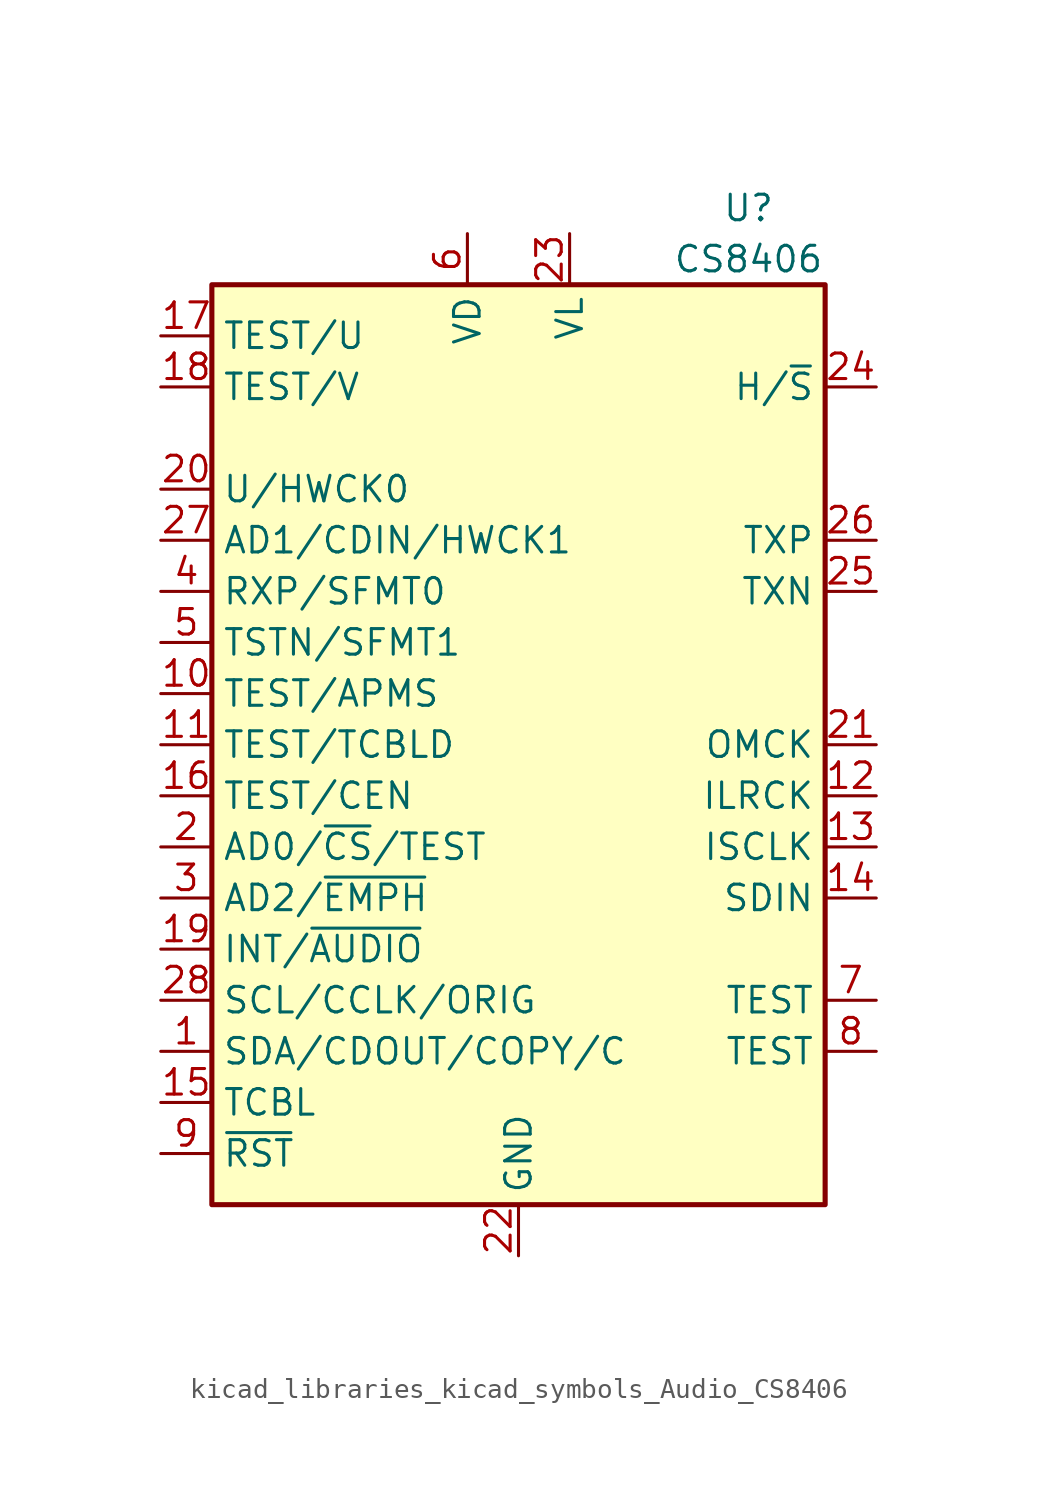
<source format=kicad_sym>
(kicad_symbol_lib
  (version 20220914)
  (generator kicad_symbol_editor)
  (symbol "kicad_libraries_kicad_symbols_Audio_CS8406"
    (property "Reference" "U"
      (at 11.43 26.67 0)
      (effects (font (size 1.27 1.27))))
    (property "Value" "CS8406"
      (at 11.43 24.13 0)
      (effects (font (size 1.27 1.27))))
    (symbol "kicad_libraries_kicad_symbols_Audio_CS8406_0_0"
      (rectangle (start -15.24 22.86) (end 15.24 -22.86) (stroke (width 0.254) (type default)) (fill (type background))))
    (symbol "kicad_libraries_kicad_symbols_Audio_CS8406_1_0"
      (pin bidirectional line (at 17.78 -2.54 180) (length 2.54) (name "ILRCK" (effects (font (size 1.27 1.27)))) (number "12" (effects (font (size 1.27 1.27)))))
      (pin bidirectional line (at 17.78 -5.08 180) (length 2.54) (name "ISCLK" (effects (font (size 1.27 1.27)))) (number "13" (effects (font (size 1.27 1.27)))))
      (pin input line (at 17.78 -7.62 180) (length 2.54) (name "SDIN" (effects (font (size 1.27 1.27)))) (number "14" (effects (font (size 1.27 1.27)))))
      (pin input line (at 17.78 0 180) (length 2.54) (name "OMCK" (effects (font (size 1.27 1.27)))) (number "21" (effects (font (size 1.27 1.27)))))
      (pin power_in line (at 0 -25.4 90) (length 2.54) (name "GND" (effects (font (size 1.27 1.27)))) (number "22" (effects (font (size 1.27 1.27)))))
      (pin power_in line (at 2.54 25.4 270) (length 2.54) (name "VL" (effects (font (size 1.27 1.27)))) (number "23" (effects (font (size 1.27 1.27)))))
      (pin input line (at 17.78 17.78 180) (length 2.54) (name "H/~{S}" (effects (font (size 1.27 1.27)))) (number "24" (effects (font (size 1.27 1.27)))))
      (pin output line (at 17.78 7.62 180) (length 2.54) (name "TXN" (effects (font (size 1.27 1.27)))) (number "25" (effects (font (size 1.27 1.27)))))
      (pin output line (at 17.78 10.16 180) (length 2.54) (name "TXP" (effects (font (size 1.27 1.27)))) (number "26" (effects (font (size 1.27 1.27)))))
      (pin power_in line (at -2.54 25.4 270) (length 2.54) (name "VD" (effects (font (size 1.27 1.27)))) (number "6" (effects (font (size 1.27 1.27)))))
      (pin input line (at -17.78 -20.32 0) (length 2.54) (name "~{RST}" (effects (font (size 1.27 1.27)))) (number "9" (effects (font (size 1.27 1.27))))))
    (symbol "kicad_libraries_kicad_symbols_Audio_CS8406_1_1"
      (pin bidirectional line (at -17.78 -15.24 0) (length 2.54) (name "SDA/CDOUT/COPY/C" (effects (font (size 1.27 1.27)))) (number "1" (effects (font (size 1.27 1.27)))))
      (pin input line (at -17.78 2.54 0) (length 2.54) (name "TEST/APMS" (effects (font (size 1.27 1.27)))) (number "10" (effects (font (size 1.27 1.27)))))
      (pin input line (at -17.78 0 0) (length 2.54) (name "TEST/TCBLD" (effects (font (size 1.27 1.27)))) (number "11" (effects (font (size 1.27 1.27)))))
      (pin bidirectional line (at -17.78 -17.78 0) (length 2.54) (name "TCBL" (effects (font (size 1.27 1.27)))) (number "15" (effects (font (size 1.27 1.27)))))
      (pin input line (at -17.78 -2.54 0) (length 2.54) (name "TEST/CEN" (effects (font (size 1.27 1.27)))) (number "16" (effects (font (size 1.27 1.27)))))
      (pin input line (at -17.78 20.32 0) (length 2.54) (name "TEST/U" (effects (font (size 1.27 1.27)))) (number "17" (effects (font (size 1.27 1.27)))))
      (pin input line (at -17.78 17.78 0) (length 2.54) (name "TEST/V" (effects (font (size 1.27 1.27)))) (number "18" (effects (font (size 1.27 1.27)))))
      (pin bidirectional line (at -17.78 -10.16 0) (length 2.54) (name "INT/~{AUDIO}" (effects (font (size 1.27 1.27)))) (number "19" (effects (font (size 1.27 1.27)))))
      (pin input line (at -17.78 -5.08 0) (length 2.54) (name "AD0/~{CS}/TEST" (effects (font (size 1.27 1.27)))) (number "2" (effects (font (size 1.27 1.27)))))
      (pin input line (at -17.78 12.7 0) (length 2.54) (name "U/HWCK0" (effects (font (size 1.27 1.27)))) (number "20" (effects (font (size 1.27 1.27)))))
      (pin input line (at -17.78 10.16 0) (length 2.54) (name "AD1/CDIN/HWCK1" (effects (font (size 1.27 1.27)))) (number "27" (effects (font (size 1.27 1.27)))))
      (pin input line (at -17.78 -12.7 0) (length 2.54) (name "SCL/CCLK/ORIG" (effects (font (size 1.27 1.27)))) (number "28" (effects (font (size 1.27 1.27)))))
      (pin input line (at -17.78 -7.62 0) (length 2.54) (name "AD2/~{EMPH}" (effects (font (size 1.27 1.27)))) (number "3" (effects (font (size 1.27 1.27)))))
      (pin input line (at -17.78 7.62 0) (length 2.54) (name "RXP/SFMT0" (effects (font (size 1.27 1.27)))) (number "4" (effects (font (size 1.27 1.27)))))
      (pin input line (at -17.78 5.08 0) (length 2.54) (name "TSTN/SFMT1" (effects (font (size 1.27 1.27)))) (number "5" (effects (font (size 1.27 1.27)))))
      (pin input line (at 17.78 -12.7 180) (length 2.54) (name "TEST" (effects (font (size 1.27 1.27)))) (number "7" (effects (font (size 1.27 1.27)))))
      (pin input line (at 17.78 -15.24 180) (length 2.54) (name "TEST" (effects (font (size 1.27 1.27)))) (number "8" (effects (font (size 1.27 1.27))))))))
</source>
